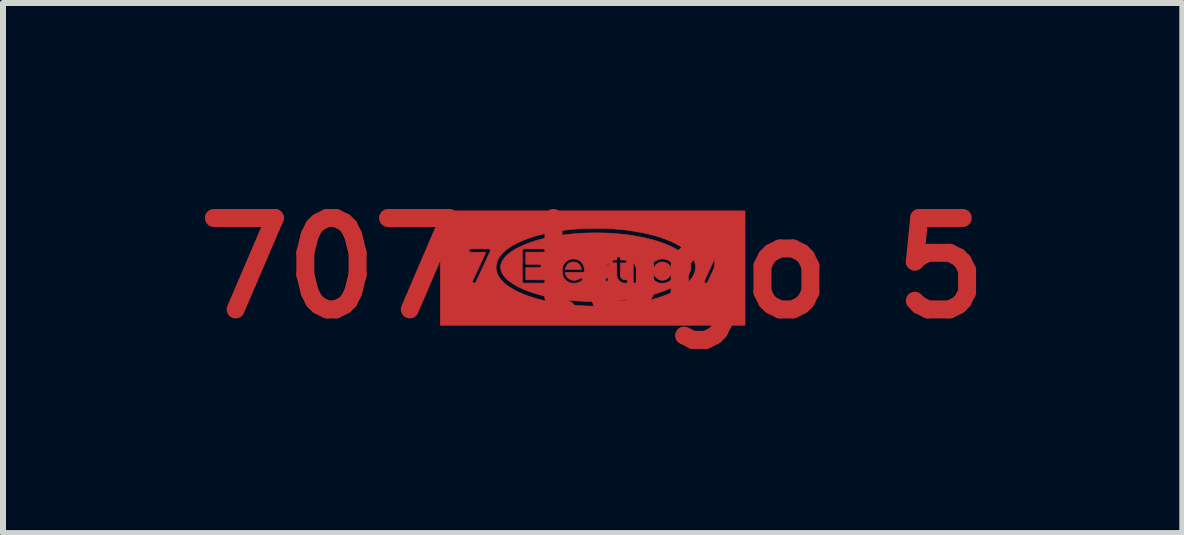
<source format=kicad_pcb>
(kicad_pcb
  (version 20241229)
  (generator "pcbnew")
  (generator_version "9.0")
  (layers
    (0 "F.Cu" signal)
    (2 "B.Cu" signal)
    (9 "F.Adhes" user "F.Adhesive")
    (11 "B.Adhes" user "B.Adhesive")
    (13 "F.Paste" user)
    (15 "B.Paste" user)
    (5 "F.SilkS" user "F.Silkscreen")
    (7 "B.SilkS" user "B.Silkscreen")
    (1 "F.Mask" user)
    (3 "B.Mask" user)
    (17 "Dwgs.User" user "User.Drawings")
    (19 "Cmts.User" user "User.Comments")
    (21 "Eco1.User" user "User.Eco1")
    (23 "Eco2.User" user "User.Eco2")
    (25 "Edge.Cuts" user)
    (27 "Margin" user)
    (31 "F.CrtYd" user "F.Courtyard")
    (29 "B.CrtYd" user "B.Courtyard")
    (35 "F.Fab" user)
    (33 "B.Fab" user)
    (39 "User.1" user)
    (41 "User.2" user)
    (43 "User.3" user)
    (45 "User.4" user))
  (footprint "707 logo 5"
    (layer "F.Cu")
    (at 6.829 1.418)
    (property "Reference" "707 logo 5" (at 0 0 0) (layer "F.Cu") (effects (font (size 1.524 1.524) (thickness 0.3))))
    (attr through_hole)
    (fp_poly (pts (xy -0.292 -0.099) (xy -0.268 -0.092) (xy -0.247 -0.081) (xy -0.229 -0.066) (xy -0.213 -0.047) (xy -0.201 -0.026) (xy -0.193 -0.002) (xy -0.192 0.005) (xy -0.189 0.023) (xy -0.455 0.023) (xy -0.453 0.011) (xy -0.448 -0.01) (xy -0.438 -0.032) (xy -0.425 -0.051) (xy -0.41 -0.069) (xy -0.392 -0.083) (xy -0.391 -0.083) (xy -0.374 -0.091) (xy -0.353 -0.097) (xy -0.332 -0.101) (xy -0.31 -0.101) (xy -0.292 -0.099)) (stroke (width 0.01) (type solid)) (fill yes) (layer "F.Cu"))
    (fp_poly (pts (xy 1.178 -0.1) (xy 1.191 -0.098) (xy 1.217 -0.091) (xy 1.24 -0.08) (xy 1.261 -0.064) (xy 1.279 -0.045) (xy 1.292 -0.023) (xy 1.303 0.002) (xy 1.307 0.021) (xy 1.31 0.048) (xy 1.309 0.075) (xy 1.303 0.101) (xy 1.293 0.125) (xy 1.279 0.147) (xy 1.263 0.165) (xy 1.242 0.181) (xy 1.219 0.193) (xy 1.2 0.199) (xy 1.186 0.202) (xy 1.17 0.203) (xy 1.152 0.203) (xy 1.136 0.201) (xy 1.125 0.199) (xy 1.1 0.19) (xy 1.077 0.176) (xy 1.057 0.159) (xy 1.04 0.139) (xy 1.027 0.115) (xy 1.02 0.097) (xy 1.017 0.081) (xy 1.016 0.062) (xy 1.015 0.043) (xy 1.017 0.024) (xy 1.019 0.01) (xy 1.029 -0.016) (xy 1.042 -0.039) (xy 1.059 -0.059) (xy 1.078 -0.075) (xy 1.101 -0.088) (xy 1.125 -0.096) (xy 1.151 -0.1) (xy 1.178 -0.1)) (stroke (width 0.01) (type solid)) (fill yes) (layer "F.Cu"))
    (fp_poly (pts (xy 2.54 0.953) (xy -2.54 0.953) (xy -2.54 -0.298) (xy -2.059 -0.298) (xy -2.058 -0.287) (xy -2.056 -0.28) (xy -2.051 -0.273) (xy -2.046 -0.268) (xy -2.045 -0.267) (xy -2.042 -0.267) (xy -2.037 -0.266) (xy -2.028 -0.265) (xy -2.017 -0.265) (xy -2.002 -0.265) (xy -1.983 -0.264) (xy -1.96 -0.264) (xy -1.933 -0.264) (xy -1.909 -0.264) (xy -1.88 -0.264) (xy -1.853 -0.264) (xy -1.831 -0.264) (xy -1.812 -0.263) (xy -1.797 -0.263) (xy -1.787 -0.263) (xy -1.782 -0.262) (xy -1.781 -0.262) (xy -1.782 -0.259) (xy -1.785 -0.252) (xy -1.789 -0.242) (xy -1.796 -0.228) (xy -1.803 -0.211) (xy -1.812 -0.192) (xy -1.822 -0.171) (xy -1.832 -0.148) (xy -1.835 -0.142) (xy -1.858 -0.094) (xy -1.878 -0.051) (xy -1.896 -0.011) (xy -1.913 0.024) (xy -1.927 0.055) (xy -1.94 0.083) (xy -1.952 0.108) (xy -1.962 0.13) (xy -1.97 0.148) (xy -1.977 0.164) (xy -1.983 0.178) (xy -1.989 0.189) (xy -1.993 0.199) (xy -1.996 0.206) (xy -1.998 0.212) (xy -2 0.217) (xy -2.001 0.22) (xy -2.001 0.222) (xy -2.002 0.224) (xy -2.002 0.224) (xy -1.999 0.235) (xy -1.993 0.243) (xy -1.985 0.249) (xy -1.975 0.251) (xy -1.964 0.249) (xy -1.959 0.247) (xy -1.952 0.24) (xy -1.946 0.23) (xy -1.944 0.227) (xy -1.937 0.211) (xy -1.928 0.192) (xy -1.918 0.17) (xy -1.906 0.146) (xy -1.894 0.12) (xy -1.881 0.092) (xy -1.867 0.063) (xy -1.854 0.033) (xy -1.839 0.003) (xy -1.83 -0.017) (xy -1.61 -0.017) (xy -1.608 0.02) (xy -1.601 0.056) (xy -1.589 0.093) (xy -1.572 0.129) (xy -1.55 0.164) (xy -1.547 0.168) (xy -1.537 0.181) (xy -1.524 0.197) (xy -1.508 0.214) (xy -1.491 0.231) (xy -1.474 0.248) (xy -1.457 0.263) (xy -1.442 0.276) (xy -1.438 0.279) (xy -1.389 0.314) (xy -1.335 0.348) (xy -1.277 0.38) (xy -1.214 0.41) (xy -1.148 0.439) (xy -1.077 0.465) (xy -1.003 0.49) (xy -0.925 0.514) (xy -0.843 0.535) (xy -0.759 0.555) (xy -0.671 0.572) (xy -0.58 0.588) (xy -0.487 0.601) (xy -0.391 0.612) (xy -0.292 0.621) (xy -0.192 0.628) (xy -0.109 0.632) (xy -0.085 0.633) (xy -0.056 0.634) (xy -0.024 0.634) (xy 0.009 0.634) (xy 0.044 0.635) (xy 0.079 0.634) (xy 0.113 0.634) (xy 0.145 0.634) (xy 0.175 0.633) (xy 0.2 0.633) (xy 0.206 0.632) (xy 0.329 0.626) (xy 0.45 0.617) (xy 0.566 0.604) (xy 0.679 0.588) (xy 0.788 0.57) (xy 0.893 0.548) (xy 0.994 0.523) (xy 1.036 0.512) (xy 1.111 0.489) (xy 1.182 0.465) (xy 1.249 0.44) (xy 1.311 0.413) (xy 1.37 0.386) (xy 1.425 0.357) (xy 1.475 0.326) (xy 1.52 0.295) (xy 1.562 0.263) (xy 1.598 0.229) (xy 1.63 0.195) (xy 1.657 0.16) (xy 1.672 0.136) (xy 1.683 0.114) (xy 1.694 0.09) (xy 1.703 0.065) (xy 1.707 0.049) (xy 1.711 0.031) (xy 1.713 0.009) (xy 1.713 -0.014) (xy 1.713 -0.037) (xy 1.711 -0.059) (xy 1.707 -0.077) (xy 1.707 -0.077) (xy 1.697 -0.112) (xy 1.682 -0.146) (xy 1.663 -0.178) (xy 1.64 -0.21) (xy 1.612 -0.242) (xy 1.599 -0.255) (xy 1.58 -0.274) (xy 1.562 -0.29) (xy 1.561 -0.292) (xy 1.803 -0.292) (xy 1.805 -0.284) (xy 1.81 -0.275) (xy 1.816 -0.269) (xy 1.82 -0.267) (xy 1.824 -0.266) (xy 1.833 -0.266) (xy 1.846 -0.265) (xy 1.863 -0.265) (xy 1.884 -0.264) (xy 1.908 -0.264) (xy 1.935 -0.264) (xy 1.955 -0.264) (xy 1.984 -0.264) (xy 2.008 -0.264) (xy 2.028 -0.264) (xy 2.044 -0.264) (xy 2.057 -0.264) (xy 2.066 -0.263) (xy 2.073 -0.263) (xy 2.078 -0.263) (xy 2.08 -0.262) (xy 2.082 -0.261) (xy 2.082 -0.26) (xy 2.082 -0.26) (xy 2.081 -0.257) (xy 2.078 -0.25) (xy 2.072 -0.239) (xy 2.066 -0.224) (xy 2.057 -0.206) (xy 2.047 -0.184) (xy 2.036 -0.161) (xy 2.024 -0.134) (xy 2.011 -0.106) (xy 1.997 -0.076) (xy 1.982 -0.044) (xy 1.972 -0.023) (xy 1.953 0.019) (xy 1.935 0.057) (xy 1.919 0.091) (xy 1.906 0.12) (xy 1.894 0.146) (xy 1.885 0.167) (xy 1.877 0.185) (xy 1.871 0.199) (xy 1.866 0.209) (xy 1.864 0.217) (xy 1.863 0.221) (xy 1.863 0.221) (xy 1.862 0.23) (xy 1.864 0.236) (xy 1.867 0.24) (xy 1.876 0.248) (xy 1.887 0.251) (xy 1.898 0.25) (xy 1.903 0.248) (xy 1.909 0.242) (xy 1.916 0.232) (xy 1.917 0.229) (xy 1.92 0.224) (xy 1.924 0.215) (xy 1.931 0.202) (xy 1.938 0.185) (xy 1.947 0.166) (xy 1.958 0.144) (xy 1.969 0.12) (xy 1.981 0.094) (xy 1.994 0.066) (xy 2.007 0.038) (xy 2.021 0.008) (xy 2.035 -0.022) (xy 2.049 -0.052) (xy 2.063 -0.081) (xy 2.076 -0.11) (xy 2.089 -0.139) (xy 2.102 -0.165) (xy 2.113 -0.19) (xy 2.124 -0.213) (xy 2.133 -0.234) (xy 2.142 -0.251) (xy 2.148 -0.266) (xy 2.153 -0.277) (xy 2.156 -0.284) (xy 2.158 -0.286) (xy 2.158 -0.295) (xy 2.155 -0.304) (xy 2.15 -0.312) (xy 2.147 -0.315) (xy 2.146 -0.316) (xy 2.144 -0.317) (xy 2.141 -0.318) (xy 2.138 -0.318) (xy 2.133 -0.319) (xy 2.126 -0.319) (xy 2.117 -0.319) (xy 2.105 -0.32) (xy 2.091 -0.32) (xy 2.073 -0.32) (xy 2.051 -0.32) (xy 2.025 -0.32) (xy 1.994 -0.32) (xy 1.983 -0.32) (xy 1.95 -0.32) (xy 1.921 -0.32) (xy 1.897 -0.32) (xy 1.877 -0.32) (xy 1.86 -0.32) (xy 1.846 -0.319) (xy 1.836 -0.318) (xy 1.827 -0.318) (xy 1.821 -0.317) (xy 1.817 -0.315) (xy 1.813 -0.314) (xy 1.811 -0.312) (xy 1.81 -0.309) (xy 1.808 -0.306) (xy 1.807 -0.305) (xy 1.804 -0.298) (xy 1.803 -0.292) (xy 1.561 -0.292) (xy 1.544 -0.306) (xy 1.524 -0.32) (xy 1.502 -0.336) (xy 1.49 -0.344) (xy 1.434 -0.379) (xy 1.374 -0.411) (xy 1.309 -0.442) (xy 1.24 -0.471) (xy 1.167 -0.499) (xy 1.089 -0.524) (xy 1.007 -0.548) (xy 0.921 -0.569) (xy 0.83 -0.589) (xy 0.736 -0.606) (xy 0.711 -0.611) (xy 0.657 -0.619) (xy 0.603 -0.627) (xy 0.55 -0.634) (xy 0.496 -0.64) (xy 0.44 -0.645) (xy 0.381 -0.65) (xy 0.318 -0.655) (xy 0.26 -0.658) (xy 0.243 -0.659) (xy 0.222 -0.66) (xy 0.196 -0.66) (xy 0.168 -0.661) (xy 0.137 -0.661) (xy 0.105 -0.661) (xy 0.071 -0.662) (xy 0.037 -0.662) (xy 0.004 -0.661) (xy -0.029 -0.661) (xy -0.06 -0.661) (xy -0.089 -0.66) (xy -0.114 -0.66) (xy -0.136 -0.659) (xy -0.154 -0.658) (xy -0.156 -0.658) (xy -0.222 -0.654) (xy -0.284 -0.65) (xy -0.343 -0.645) (xy -0.398 -0.639) (xy -0.453 -0.633) (xy -0.506 -0.626) (xy -0.559 -0.618) (xy -0.606 -0.611) (xy -0.692 -0.596) (xy -0.774 -0.579) (xy -0.854 -0.56) (xy -0.93 -0.54) (xy -1.002 -0.518) (xy -1.072 -0.495) (xy -1.137 -0.471) (xy -1.199 -0.445) (xy -1.257 -0.418) (xy -1.311 -0.39) (xy -1.361 -0.36) (xy -1.407 -0.33) (xy -1.448 -0.298) (xy -1.485 -0.266) (xy -1.518 -0.232) (xy -1.545 -0.198) (xy -1.568 -0.163) (xy -1.586 -0.127) (xy -1.599 -0.091) (xy -1.607 -0.054) (xy -1.61 -0.017) (xy -1.83 -0.017) (xy -1.825 -0.028) (xy -1.811 -0.058) (xy -1.797 -0.088) (xy -1.783 -0.117) (xy -1.77 -0.145) (xy -1.758 -0.171) (xy -1.747 -0.196) (xy -1.737 -0.218) (xy -1.728 -0.237) (xy -1.72 -0.253) (xy -1.714 -0.266) (xy -1.71 -0.275) (xy -1.708 -0.281) (xy -1.708 -0.281) (xy -1.705 -0.293) (xy -1.707 -0.303) (xy -1.714 -0.312) (xy -1.714 -0.313) (xy -1.722 -0.32) (xy -1.88 -0.32) (xy -1.912 -0.32) (xy -1.94 -0.32) (xy -1.963 -0.32) (xy -1.983 -0.32) (xy -1.999 -0.32) (xy -2.011 -0.319) (xy -2.021 -0.319) (xy -2.029 -0.319) (xy -2.035 -0.318) (xy -2.039 -0.318) (xy -2.042 -0.317) (xy -2.044 -0.316) (xy -2.046 -0.315) (xy -2.046 -0.315) (xy -2.055 -0.307) (xy -2.059 -0.298) (xy -2.54 -0.298) (xy -2.54 -0.953) (xy 2.54 -0.953) (xy 2.54 0.953)) (stroke (width 0.01) (type solid)) (fill yes) (layer "F.Cu"))
    (fp_poly (pts (xy 0.105 -0.586) (xy 0.204 -0.584) (xy 0.302 -0.579) (xy 0.401 -0.572) (xy 0.438 -0.569) (xy 0.527 -0.56) (xy 0.613 -0.549) (xy 0.697 -0.536) (xy 0.779 -0.521) (xy 0.859 -0.505) (xy 0.936 -0.487) (xy 1.01 -0.468) (xy 1.081 -0.447) (xy 1.148 -0.424) (xy 1.212 -0.4) (xy 1.273 -0.375) (xy 1.329 -0.349) (xy 1.382 -0.321) (xy 1.43 -0.293) (xy 1.474 -0.263) (xy 1.513 -0.232) (xy 1.546 -0.202) (xy 1.574 -0.171) (xy 1.597 -0.14) (xy 1.615 -0.109) (xy 1.628 -0.078) (xy 1.635 -0.047) (xy 1.638 -0.015) (xy 1.636 0.016) (xy 1.628 0.047) (xy 1.616 0.079) (xy 1.598 0.11) (xy 1.576 0.141) (xy 1.548 0.172) (xy 1.547 0.173) (xy 1.518 0.2) (xy 1.486 0.226) (xy 1.451 0.251) (xy 1.411 0.276) (xy 1.368 0.301) (xy 1.32 0.325) (xy 1.317 0.327) (xy 1.251 0.356) (xy 1.181 0.384) (xy 1.107 0.41) (xy 1.029 0.434) (xy 0.947 0.456) (xy 0.862 0.476) (xy 0.774 0.494) (xy 0.683 0.51) (xy 0.589 0.524) (xy 0.494 0.535) (xy 0.396 0.545) (xy 0.296 0.552) (xy 0.196 0.556) (xy 0.094 0.559) (xy -0.009 0.558) (xy -0.104 0.556) (xy -0.2 0.551) (xy -0.295 0.545) (xy -0.389 0.536) (xy -0.48 0.525) (xy -0.569 0.512) (xy -0.656 0.497) (xy -0.74 0.48) (xy -0.822 0.462) (xy -0.9 0.441) (xy -0.975 0.419) (xy -1.047 0.395) (xy -1.114 0.37) (xy -1.178 0.343) (xy -1.238 0.314) (xy -1.293 0.285) (xy -1.333 0.26) (xy -1.375 0.231) (xy -1.412 0.202) (xy -1.444 0.172) (xy -1.471 0.141) (xy -1.494 0.11) (xy -1.511 0.079) (xy -1.524 0.048) (xy -1.53 0.023) (xy -1.534 -0.007) (xy -1.533 -0.034) (xy -1.173 -0.034) (xy -1.173 0.008) (xy -1.173 0.046) (xy -1.173 0.079) (xy -1.173 0.108) (xy -1.173 0.133) (xy -1.173 0.155) (xy -1.173 0.173) (xy -1.173 0.188) (xy -1.173 0.2) (xy -1.172 0.21) (xy -1.172 0.218) (xy -1.171 0.224) (xy -1.171 0.228) (xy -1.17 0.232) (xy -1.17 0.234) (xy -1.169 0.235) (xy -1.168 0.238) (xy -1.167 0.241) (xy -1.165 0.243) (xy -1.163 0.245) (xy -1.16 0.247) (xy -1.155 0.248) (xy -1.149 0.249) (xy -1.14 0.25) (xy -1.13 0.25) (xy -1.116 0.251) (xy -1.099 0.251) (xy -1.079 0.251) (xy -1.055 0.251) (xy -1.027 0.251) (xy -0.995 0.251) (xy -0.973 0.251) (xy -0.938 0.251) (xy -0.909 0.251) (xy -0.883 0.251) (xy -0.862 0.251) (xy -0.844 0.251) (xy -0.829 0.251) (xy -0.817 0.251) (xy -0.808 0.25) (xy -0.801 0.25) (xy -0.796 0.25) (xy -0.792 0.249) (xy -0.789 0.248) (xy -0.787 0.247) (xy -0.786 0.247) (xy -0.786 0.246) (xy -0.778 0.239) (xy -0.774 0.23) (xy -0.774 0.22) (xy -0.778 0.21) (xy -0.786 0.202) (xy -0.787 0.201) (xy -0.789 0.2) (xy -0.791 0.199) (xy -0.795 0.199) (xy -0.8 0.198) (xy -0.806 0.198) (xy -0.815 0.197) (xy -0.826 0.197) (xy -0.84 0.197) (xy -0.858 0.197) (xy -0.879 0.197) (xy -0.904 0.196) (xy -0.934 0.196) (xy -0.954 0.196) (xy -1.115 0.195) (xy -1.115 -0.008) (xy -0.998 -0.008) (xy -0.97 -0.008) (xy -0.947 -0.008) (xy -0.927 -0.008) (xy -0.912 -0.008) (xy -0.9 -0.008) (xy -0.89 -0.009) (xy -0.884 -0.009) (xy -0.879 -0.01) (xy -0.875 -0.011) (xy -0.874 -0.011) (xy -0.866 -0.018) (xy -0.861 -0.026) (xy -0.859 -0.036) (xy -0.859 -0.036) (xy -0.861 -0.045) (xy -0.866 -0.053) (xy -0.874 -0.06) (xy -0.874 -0.06) (xy -0.876 -0.061) (xy -0.88 -0.061) (xy -0.885 -0.062) (xy -0.892 -0.062) (xy -0.902 -0.063) (xy -0.915 -0.063) (xy -0.931 -0.063) (xy -0.951 -0.063) (xy -0.976 -0.063) (xy -0.998 -0.064) (xy -1.115 -0.064) (xy -1.115 -0.264) (xy -0.953 -0.265) (xy -0.92 -0.265) (xy -0.891 -0.265) (xy -0.866 -0.265) (xy -0.846 -0.265) (xy -0.829 -0.266) (xy -0.815 -0.266) (xy -0.804 -0.267) (xy -0.796 -0.268) (xy -0.79 -0.269) (xy -0.785 -0.27) (xy -0.782 -0.272) (xy -0.78 -0.274) (xy -0.778 -0.276) (xy -0.777 -0.279) (xy -0.776 -0.282) (xy -0.773 -0.288) (xy -0.773 -0.294) (xy -0.775 -0.301) (xy -0.775 -0.302) (xy -0.688 -0.302) (xy -0.688 -0.078) (xy -0.688 -0.038) (xy -0.688 -0.002) (xy -0.688 0.029) (xy -0.688 0.057) (xy -0.688 0.08) (xy -0.688 0.1) (xy -0.687 0.117) (xy -0.687 0.132) (xy -0.686 0.144) (xy -0.685 0.153) (xy -0.684 0.162) (xy -0.683 0.168) (xy -0.682 0.174) (xy -0.68 0.179) (xy -0.678 0.184) (xy -0.676 0.188) (xy -0.674 0.193) (xy -0.674 0.194) (xy -0.661 0.214) (xy -0.647 0.23) (xy -0.63 0.241) (xy -0.614 0.248) (xy -0.603 0.25) (xy -0.59 0.251) (xy -0.577 0.251) (xy -0.566 0.249) (xy -0.563 0.248) (xy -0.556 0.244) (xy -0.55 0.239) (xy -0.55 0.238) (xy -0.547 0.229) (xy -0.546 0.219) (xy -0.55 0.209) (xy -0.552 0.205) (xy -0.555 0.201) (xy -0.559 0.199) (xy -0.564 0.197) (xy -0.573 0.196) (xy -0.58 0.196) (xy -0.594 0.194) (xy -0.605 0.191) (xy -0.613 0.185) (xy -0.619 0.177) (xy -0.624 0.168) (xy -0.631 0.154) (xy -0.632 0.061) (xy -0.51 0.061) (xy -0.509 0.078) (xy -0.507 0.093) (xy -0.507 0.093) (xy -0.499 0.124) (xy -0.486 0.153) (xy -0.47 0.179) (xy -0.45 0.201) (xy -0.426 0.22) (xy -0.399 0.236) (xy -0.388 0.241) (xy -0.372 0.246) (xy -0.356 0.25) (xy -0.339 0.252) (xy -0.318 0.253) (xy -0.305 0.253) (xy -0.289 0.253) (xy -0.278 0.252) (xy -0.268 0.25) (xy -0.259 0.248) (xy -0.249 0.245) (xy -0.23 0.238) (xy -0.212 0.23) (xy -0.196 0.222) (xy -0.184 0.213) (xy -0.174 0.205) (xy -0.169 0.197) (xy -0.168 0.192) (xy -0.17 0.182) (xy -0.175 0.173) (xy -0.184 0.168) (xy -0.193 0.166) (xy -0.197 0.166) (xy -0.203 0.169) (xy -0.211 0.173) (xy -0.217 0.176) (xy -0.241 0.19) (xy -0.266 0.198) (xy -0.292 0.203) (xy -0.31 0.204) (xy -0.335 0.202) (xy -0.358 0.197) (xy -0.378 0.189) (xy -0.382 0.187) (xy -0.397 0.178) (xy -0.412 0.165) (xy -0.426 0.151) (xy -0.434 0.14) (xy -0.441 0.127) (xy -0.448 0.112) (xy -0.453 0.096) (xy -0.456 0.082) (xy -0.458 0.071) (xy -0.311 0.071) (xy -0.276 0.071) (xy -0.245 0.071) (xy -0.218 0.071) (xy -0.196 0.07) (xy -0.178 0.07) (xy -0.165 0.069) (xy -0.157 0.069) (xy -0.154 0.068) (xy -0.146 0.065) (xy -0.145 0.064) (xy -0.075 0.064) (xy -0.074 0.082) (xy -0.072 0.097) (xy -0.071 0.103) (xy -0.06 0.135) (xy -0.045 0.163) (xy -0.027 0.188) (xy -0.005 0.21) (xy 0.019 0.227) (xy 0.047 0.241) (xy 0.076 0.25) (xy 0.077 0.25) (xy 0.093 0.252) (xy 0.112 0.254) (xy 0.132 0.254) (xy 0.152 0.252) (xy 0.169 0.25) (xy 0.175 0.249) (xy 0.198 0.242) (xy 0.219 0.232) (xy 0.239 0.22) (xy 0.254 0.207) (xy 0.255 0.206) (xy 0.261 0.196) (xy 0.263 0.187) (xy 0.259 0.178) (xy 0.254 0.172) (xy 0.247 0.167) (xy 0.239 0.165) (xy 0.23 0.167) (xy 0.219 0.172) (xy 0.212 0.177) (xy 0.193 0.188) (xy 0.175 0.196) (xy 0.155 0.201) (xy 0.135 0.202) (xy 0.114 0.203) (xy 0.096 0.201) (xy 0.08 0.198) (xy 0.064 0.191) (xy 0.057 0.188) (xy 0.036 0.175) (xy 0.017 0.158) (xy 0.002 0.137) (xy -0.01 0.114) (xy -0.017 0.092) (xy -0.02 0.074) (xy -0.02 0.053) (xy -0.02 0.032) (xy -0.017 0.012) (xy -0.015 0.004) (xy -0.006 -0.022) (xy 0.006 -0.045) (xy 0.022 -0.064) (xy 0.042 -0.079) (xy 0.064 -0.091) (xy 0.089 -0.098) (xy 0.099 -0.099) (xy 0.126 -0.101) (xy 0.151 -0.097) (xy 0.174 -0.089) (xy 0.197 -0.075) (xy 0.214 -0.061) (xy 0.223 -0.053) (xy 0.23 -0.048) (xy 0.235 -0.045) (xy 0.24 -0.043) (xy 0.244 -0.043) (xy 0.253 -0.044) (xy 0.26 -0.049) (xy 0.262 -0.051) (xy 0.268 -0.059) (xy 0.269 -0.067) (xy 0.266 -0.077) (xy 0.259 -0.087) (xy 0.248 -0.1) (xy 0.238 -0.108) (xy 0.33 -0.108) (xy 0.332 -0.099) (xy 0.337 -0.093) (xy 0.341 -0.09) (xy 0.345 -0.088) (xy 0.351 -0.087) (xy 0.36 -0.086) (xy 0.363 -0.086) (xy 0.374 -0.086) (xy 0.384 -0.086) (xy 0.391 -0.085) (xy 0.392 -0.085) (xy 0.401 -0.083) (xy 0.402 0.025) (xy 0.402 0.053) (xy 0.403 0.076) (xy 0.403 0.095) (xy 0.404 0.11) (xy 0.404 0.122) (xy 0.405 0.132) (xy 0.406 0.139) (xy 0.407 0.145) (xy 0.407 0.15) (xy 0.416 0.173) (xy 0.429 0.195) (xy 0.445 0.214) (xy 0.464 0.23) (xy 0.486 0.241) (xy 0.505 0.248) (xy 0.516 0.25) (xy 0.53 0.251) (xy 0.543 0.251) (xy 0.554 0.25) (xy 0.562 0.25) (xy 0.567 0.248) (xy 0.571 0.246) (xy 0.573 0.244) (xy 0.58 0.235) (xy 0.583 0.226) (xy 0.582 0.216) (xy 0.577 0.206) (xy 0.571 0.2) (xy 0.561 0.196) (xy 0.549 0.196) (xy 0.526 0.194) (xy 0.506 0.188) (xy 0.49 0.179) (xy 0.477 0.166) (xy 0.467 0.149) (xy 0.465 0.143) (xy 0.464 0.139) (xy 0.463 0.136) (xy 0.462 0.131) (xy 0.461 0.125) (xy 0.461 0.118) (xy 0.46 0.108) (xy 0.46 0.096) (xy 0.46 0.08) (xy 0.46 0.06) (xy 0.46 0.047) (xy 0.676 0.047) (xy 0.676 0.074) (xy 0.676 0.101) (xy 0.676 0.126) (xy 0.676 0.151) (xy 0.676 0.173) (xy 0.676 0.193) (xy 0.677 0.21) (xy 0.677 0.223) (xy 0.678 0.233) (xy 0.678 0.238) (xy 0.678 0.239) (xy 0.683 0.244) (xy 0.691 0.249) (xy 0.7 0.251) (xy 0.703 0.251) (xy 0.71 0.25) (xy 0.716 0.248) (xy 0.722 0.243) (xy 0.726 0.239) (xy 0.727 0.235) (xy 0.728 0.226) (xy 0.728 0.213) (xy 0.729 0.195) (xy 0.729 0.172) (xy 0.729 0.145) (xy 0.729 0.123) (xy 0.729 0.099) (xy 0.729 0.075) (xy 0.73 0.054) (xy 0.961 0.054) (xy 0.961 0.062) (xy 0.962 0.083) (xy 0.965 0.1) (xy 0.969 0.116) (xy 0.975 0.132) (xy 0.982 0.146) (xy 0.998 0.173) (xy 1.017 0.197) (xy 1.04 0.216) (xy 1.067 0.232) (xy 1.096 0.245) (xy 1.118 0.25) (xy 1.131 0.252) (xy 1.147 0.253) (xy 1.165 0.254) (xy 1.183 0.253) (xy 1.199 0.252) (xy 1.209 0.25) (xy 1.239 0.241) (xy 1.266 0.229) (xy 1.291 0.212) (xy 1.313 0.192) (xy 1.331 0.169) (xy 1.345 0.143) (xy 1.356 0.115) (xy 1.363 0.085) (xy 1.365 0.054) (xy 1.364 0.028) (xy 1.358 -0.004) (xy 1.348 -0.034) (xy 1.333 -0.061) (xy 1.315 -0.086) (xy 1.292 -0.107) (xy 1.276 -0.12) (xy 1.249 -0.134) (xy 1.221 -0.144) (xy 1.191 -0.15) (xy 1.161 -0.152) (xy 1.131 -0.15) (xy 1.102 -0.143) (xy 1.074 -0.133) (xy 1.048 -0.119) (xy 1.024 -0.101) (xy 1.014 -0.091) (xy 0.994 -0.066) (xy 0.979 -0.04) (xy 0.968 -0.011) (xy 0.962 0.021) (xy 0.961 0.054) (xy 0.73 0.054) (xy 0.73 0.054) (xy 0.73 0.034) (xy 0.73 0.018) (xy 0.731 0.004) (xy 0.731 -0.005) (xy 0.732 -0.008) (xy 0.736 -0.028) (xy 0.744 -0.046) (xy 0.756 -0.062) (xy 0.76 -0.065) (xy 0.774 -0.077) (xy 0.788 -0.086) (xy 0.804 -0.092) (xy 0.822 -0.096) (xy 0.843 -0.099) (xy 0.868 -0.099) (xy 0.871 -0.099) (xy 0.886 -0.099) (xy 0.896 -0.1) (xy 0.904 -0.1) (xy 0.909 -0.101) (xy 0.912 -0.102) (xy 0.914 -0.104) (xy 0.914 -0.104) (xy 0.92 -0.113) (xy 0.922 -0.123) (xy 0.92 -0.129) (xy 0.915 -0.138) (xy 0.905 -0.144) (xy 0.891 -0.149) (xy 0.872 -0.152) (xy 0.855 -0.152) (xy 0.827 -0.15) (xy 0.801 -0.143) (xy 0.777 -0.131) (xy 0.755 -0.115) (xy 0.749 -0.109) (xy 0.732 -0.093) (xy 0.731 -0.112) (xy 0.729 -0.127) (xy 0.725 -0.137) (xy 0.72 -0.143) (xy 0.712 -0.147) (xy 0.702 -0.148) (xy 0.69 -0.146) (xy 0.682 -0.141) (xy 0.678 -0.135) (xy 0.678 -0.132) (xy 0.677 -0.123) (xy 0.677 -0.111) (xy 0.677 -0.095) (xy 0.676 -0.076) (xy 0.676 -0.055) (xy 0.676 -0.031) (xy 0.676 -0.006) (xy 0.676 0.02) (xy 0.676 0.047) (xy 0.46 0.047) (xy 0.46 0.036) (xy 0.46 0.023) (xy 0.46 -0.084) (xy 0.49 -0.084) (xy 0.511 -0.084) (xy 0.528 -0.085) (xy 0.541 -0.086) (xy 0.551 -0.088) (xy 0.557 -0.091) (xy 0.561 -0.094) (xy 0.562 -0.094) (xy 0.565 -0.103) (xy 0.566 -0.113) (xy 0.564 -0.122) (xy 0.564 -0.122) (xy 0.56 -0.127) (xy 0.556 -0.13) (xy 0.548 -0.132) (xy 0.538 -0.133) (xy 0.525 -0.134) (xy 0.506 -0.135) (xy 0.502 -0.135) (xy 0.46 -0.135) (xy 0.459 -0.197) (xy 0.459 -0.216) (xy 0.459 -0.231) (xy 0.458 -0.242) (xy 0.458 -0.25) (xy 0.457 -0.256) (xy 0.456 -0.26) (xy 0.455 -0.262) (xy 0.453 -0.264) (xy 0.444 -0.271) (xy 0.434 -0.275) (xy 0.423 -0.275) (xy 0.414 -0.271) (xy 0.409 -0.266) (xy 0.406 -0.259) (xy 0.404 -0.249) (xy 0.404 -0.236) (xy 0.404 -0.225) (xy 0.403 -0.212) (xy 0.403 -0.196) (xy 0.402 -0.18) (xy 0.402 -0.175) (xy 0.401 -0.135) (xy 0.377 -0.135) (xy 0.36 -0.134) (xy 0.347 -0.132) (xy 0.338 -0.128) (xy 0.333 -0.122) (xy 0.33 -0.113) (xy 0.33 -0.108) (xy 0.238 -0.108) (xy 0.233 -0.113) (xy 0.21 -0.128) (xy 0.187 -0.14) (xy 0.161 -0.147) (xy 0.132 -0.151) (xy 0.117 -0.151) (xy 0.086 -0.149) (xy 0.058 -0.144) (xy 0.033 -0.134) (xy 0.009 -0.121) (xy -0.013 -0.103) (xy -0.015 -0.101) (xy -0.035 -0.078) (xy -0.052 -0.052) (xy -0.064 -0.023) (xy -0.069 -0.007) (xy -0.072 0.008) (xy -0.074 0.025) (xy -0.075 0.045) (xy -0.075 0.064) (xy -0.145 0.064) (xy -0.141 0.06) (xy -0.138 0.051) (xy -0.137 0.04) (xy -0.137 0.034) (xy -0.14 0.002) (xy -0.147 -0.027) (xy -0.158 -0.055) (xy -0.173 -0.079) (xy -0.192 -0.101) (xy -0.214 -0.12) (xy -0.239 -0.134) (xy -0.266 -0.145) (xy -0.272 -0.147) (xy -0.286 -0.149) (xy -0.303 -0.151) (xy -0.321 -0.151) (xy -0.34 -0.15) (xy -0.356 -0.149) (xy -0.368 -0.147) (xy -0.398 -0.136) (xy -0.425 -0.122) (xy -0.448 -0.104) (xy -0.468 -0.082) (xy -0.485 -0.056) (xy -0.498 -0.026) (xy -0.505 -0.005) (xy -0.507 0.008) (xy -0.509 0.024) (xy -0.51 0.043) (xy -0.51 0.061) (xy -0.632 0.061) (xy -0.632 -0.074) (xy -0.633 -0.113) (xy -0.633 -0.148) (xy -0.633 -0.178) (xy -0.633 -0.204) (xy -0.634 -0.226) (xy -0.634 -0.244) (xy -0.634 -0.26) (xy -0.634 -0.272) (xy -0.635 -0.283) (xy -0.635 -0.29) (xy -0.635 -0.296) (xy -0.636 -0.301) (xy -0.637 -0.304) (xy -0.637 -0.306) (xy -0.638 -0.308) (xy -0.638 -0.308) (xy -0.646 -0.316) (xy -0.656 -0.319) (xy -0.666 -0.319) (xy -0.676 -0.315) (xy -0.681 -0.31) (xy -0.688 -0.302) (xy -0.775 -0.302) (xy -0.776 -0.304) (xy -0.777 -0.308) (xy -0.779 -0.31) (xy -0.781 -0.312) (xy -0.784 -0.314) (xy -0.788 -0.316) (xy -0.795 -0.317) (xy -0.803 -0.318) (xy -0.814 -0.319) (xy -0.827 -0.319) (xy -0.843 -0.32) (xy -0.863 -0.32) (xy -0.887 -0.32) (xy -0.915 -0.32) (xy -0.947 -0.32) (xy -0.972 -0.32) (xy -1.008 -0.32) (xy -1.039 -0.32) (xy -1.065 -0.32) (xy -1.088 -0.32) (xy -1.107 -0.32) (xy -1.122 -0.319) (xy -1.135 -0.319) (xy -1.144 -0.318) (xy -1.152 -0.317) (xy -1.158 -0.316) (xy -1.162 -0.314) (xy -1.165 -0.313) (xy -1.167 -0.31) (xy -1.168 -0.308) (xy -1.169 -0.305) (xy -1.17 -0.304) (xy -1.17 -0.302) (xy -1.171 -0.299) (xy -1.171 -0.294) (xy -1.172 -0.288) (xy -1.172 -0.279) (xy -1.172 -0.269) (xy -1.173 -0.255) (xy -1.173 -0.239) (xy -1.173 -0.22) (xy -1.173 -0.198) (xy -1.173 -0.171) (xy -1.173 -0.141) (xy -1.173 -0.106) (xy -1.173 -0.067) (xy -1.173 -0.034) (xy -1.533 -0.034) (xy -1.533 -0.036) (xy -1.527 -0.065) (xy -1.517 -0.094) (xy -1.51 -0.108) (xy -1.492 -0.14) (xy -1.47 -0.171) (xy -1.442 -0.201) (xy -1.41 -0.231) (xy -1.373 -0.26) (xy -1.341 -0.283) (xy -1.289 -0.315) (xy -1.232 -0.345) (xy -1.171 -0.374) (xy -1.106 -0.401) (xy -1.037 -0.427) (xy -0.964 -0.451) (xy -0.888 -0.473) (xy -0.809 -0.493) (xy -0.727 -0.511) (xy -0.642 -0.527) (xy -0.555 -0.542) (xy -0.465 -0.554) (xy -0.374 -0.565) (xy -0.28 -0.573) (xy -0.186 -0.58) (xy -0.09 -0.584) (xy 0.007 -0.586) (xy 0.105 -0.586)) (stroke (width 0.01) (type solid)) (fill yes) (layer "F.Cu")))
  (gr_rect
    (start -3 -3)
    (end 16.658 5.836)
    (stroke (width 0.1) (type default))
    (fill no)
    (layer "Edge.Cuts")))
</source>
